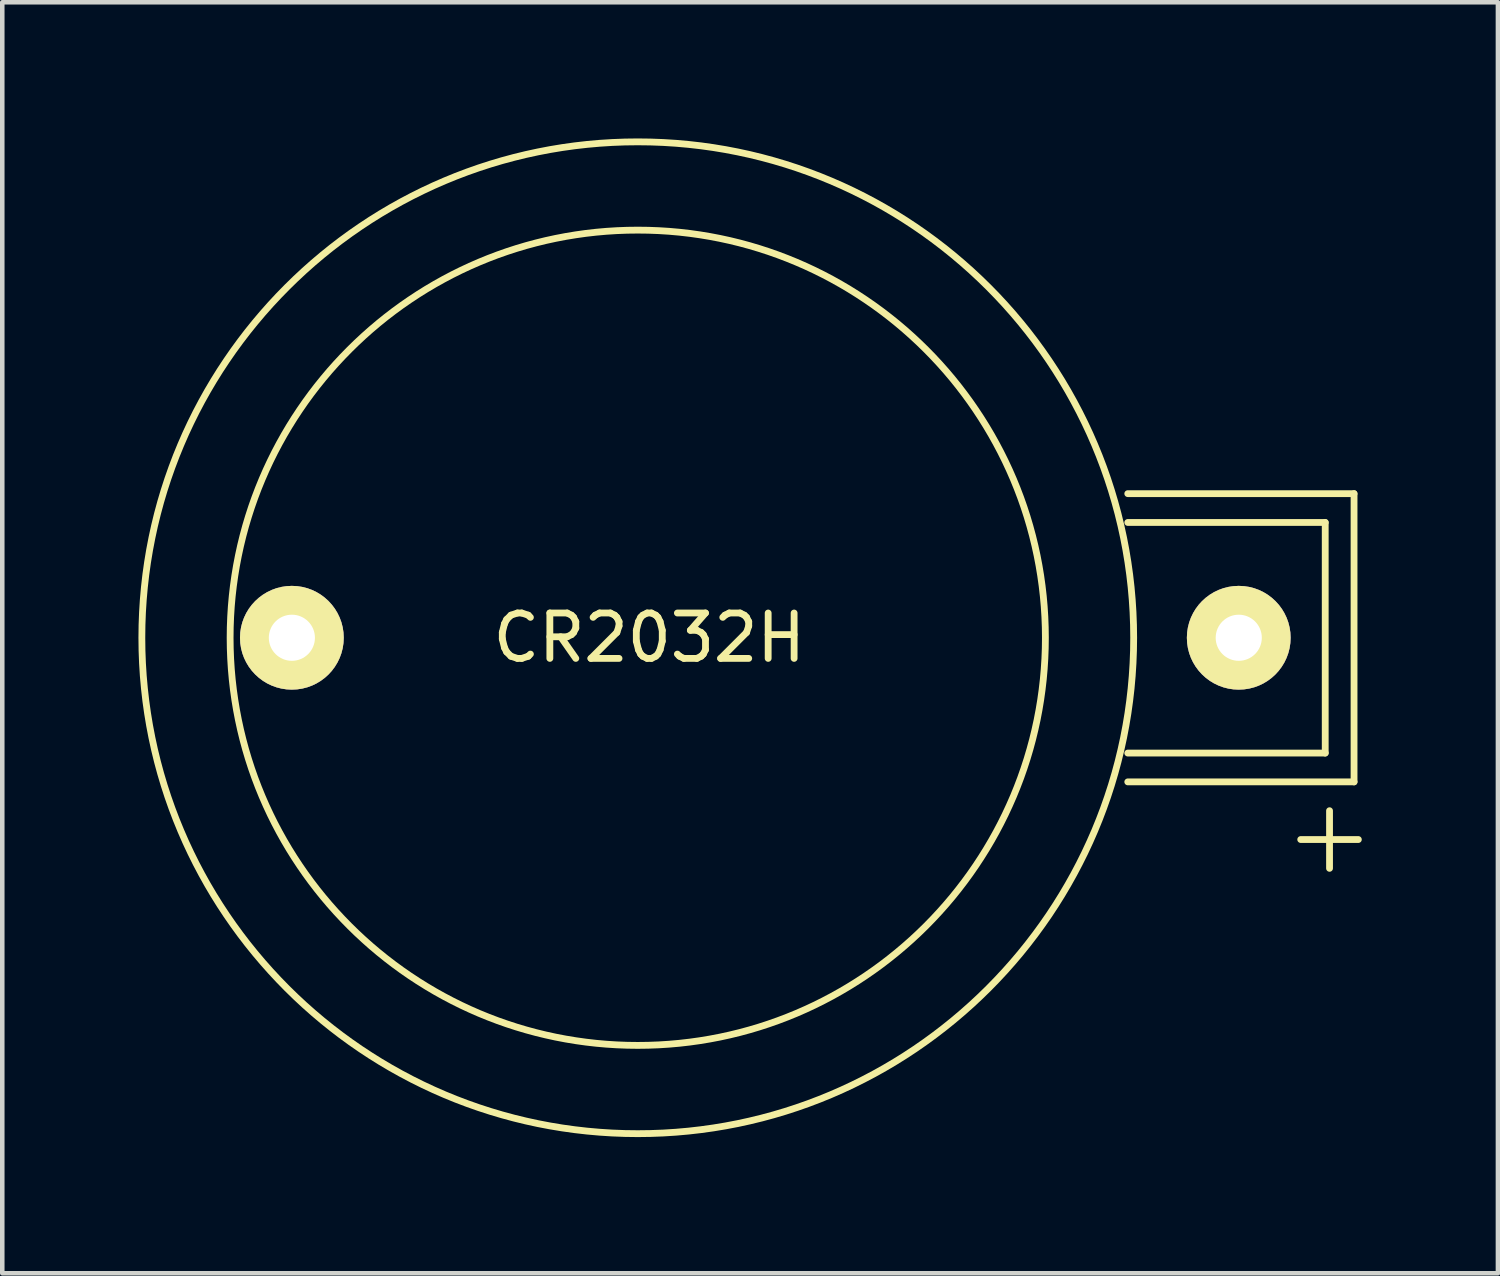
<source format=kicad_pcb>
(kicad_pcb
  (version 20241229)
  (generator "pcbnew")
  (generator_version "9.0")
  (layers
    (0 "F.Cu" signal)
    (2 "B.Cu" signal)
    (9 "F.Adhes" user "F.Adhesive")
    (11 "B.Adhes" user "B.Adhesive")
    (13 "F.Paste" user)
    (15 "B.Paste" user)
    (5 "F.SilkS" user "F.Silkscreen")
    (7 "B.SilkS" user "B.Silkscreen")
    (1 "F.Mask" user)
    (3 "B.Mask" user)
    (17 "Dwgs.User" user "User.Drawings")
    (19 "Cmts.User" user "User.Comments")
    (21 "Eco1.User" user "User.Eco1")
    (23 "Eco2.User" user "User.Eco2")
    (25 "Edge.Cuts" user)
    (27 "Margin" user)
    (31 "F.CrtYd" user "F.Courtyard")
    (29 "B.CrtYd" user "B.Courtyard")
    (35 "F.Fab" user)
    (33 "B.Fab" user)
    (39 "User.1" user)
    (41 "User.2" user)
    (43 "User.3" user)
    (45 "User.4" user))
  (footprint "CR2032H"
    (layer "F.Cu")
    (at 11 11)
    (property "Reference" "CR2032H" (at 0.254 0 0) (layer "F.SilkS") (effects (font (size 1 1) (thickness 0.15))))
    (attr through_hole)
    (fp_line (start 10.795 -3.175) (end 15.78 -3.175) (stroke (width 0.15) (type solid)) (layer "F.SilkS"))
    (fp_line (start 10.795 -2.54) (end 15.145 -2.54) (stroke (width 0.15) (type solid)) (layer "F.SilkS"))
    (fp_line (start 14.605 4.445) (end 15.875 4.445) (stroke (width 0.15) (type solid)) (layer "F.SilkS"))
    (fp_line (start 15.145 -2.54) (end 15.145 2.54) (stroke (width 0.15) (type solid)) (layer "F.SilkS"))
    (fp_line (start 15.145 2.54) (end 10.795 2.54) (stroke (width 0.15) (type solid)) (layer "F.SilkS"))
    (fp_line (start 15.24 3.81) (end 15.24 5.08) (stroke (width 0.15) (type solid)) (layer "F.SilkS"))
    (fp_line (start 15.78 -3.175) (end 15.78 3.175) (stroke (width 0.15) (type solid)) (layer "F.SilkS"))
    (fp_line (start 15.78 3.175) (end 10.795 3.175) (stroke (width 0.15) (type solid)) (layer "F.SilkS"))
    (fp_circle (center 0 0) (end -1.27 -8.89) (stroke (width 0.15) (type solid)) (fill no) (layer "F.SilkS"))
    (fp_circle (center 0 0) (end 6.35 8.89) (stroke (width 0.15) (type solid)) (fill no) (layer "F.SilkS"))
    (pad "1" thru_hole circle (at 13.24 0) (size 2.286 2.286) (drill 1.016) (layers "*.Cu" "*.Mask" "F.SilkS"))
    (pad "2" thru_hole circle (at -7.62 0) (size 2.286 2.286) (drill 1.016) (layers "*.Cu" "*.Mask" "F.SilkS")))
  (gr_rect
    (start -3 -3)
    (end 29.95 25)
    (stroke (width 0.1) (type default))
    (fill no)
    (layer "Edge.Cuts")))
</source>
